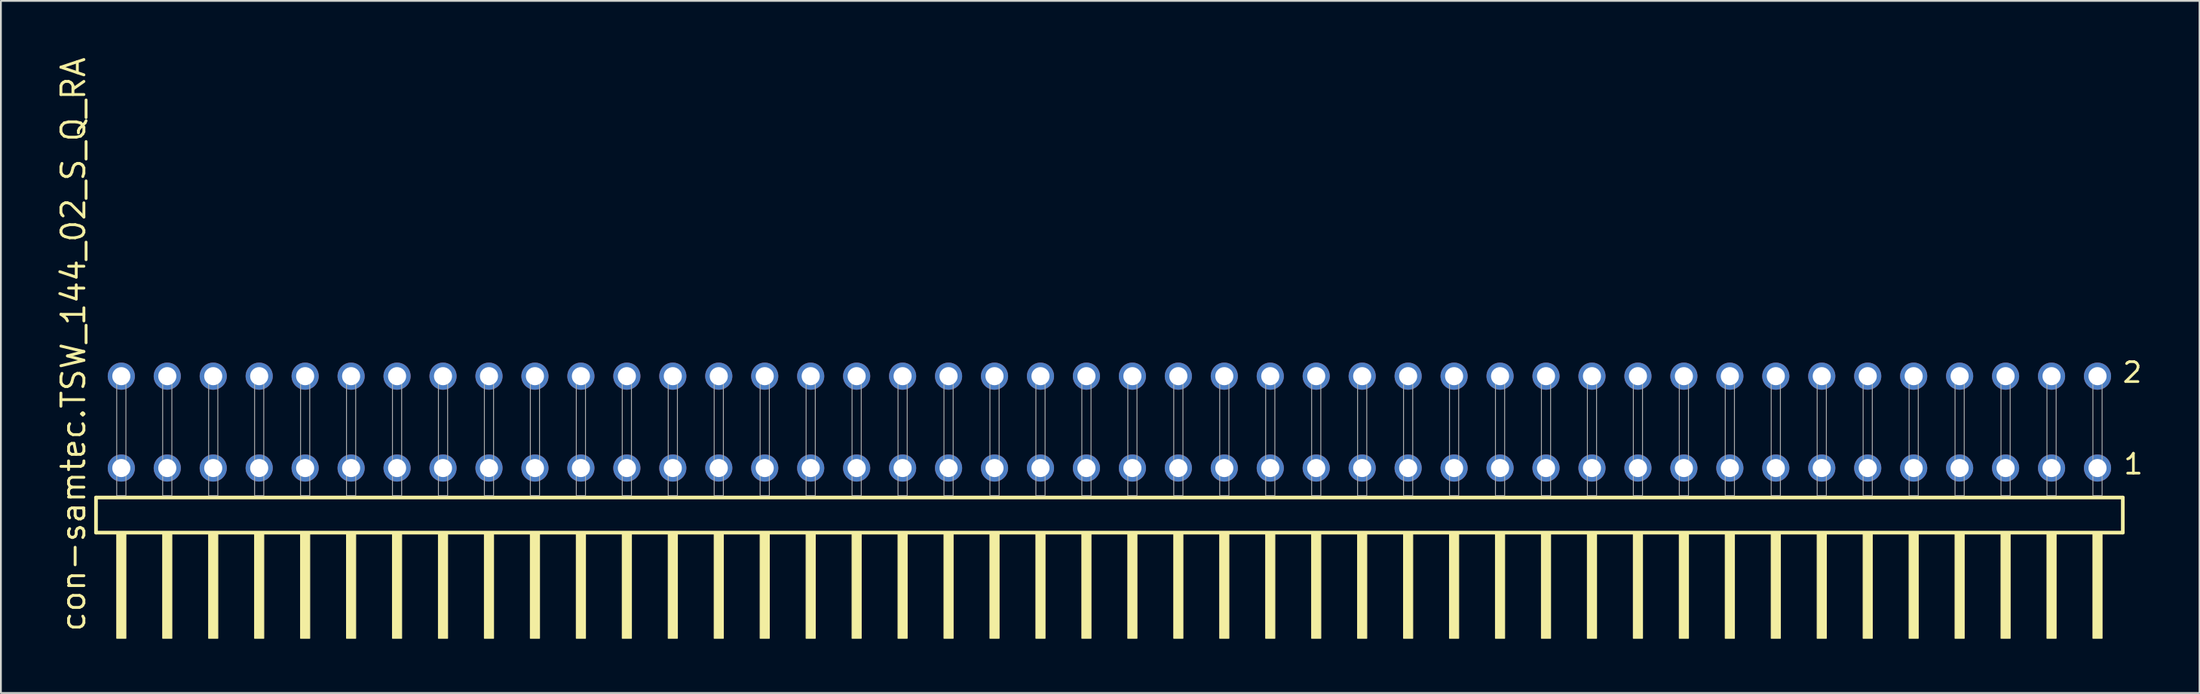
<source format=kicad_pcb>
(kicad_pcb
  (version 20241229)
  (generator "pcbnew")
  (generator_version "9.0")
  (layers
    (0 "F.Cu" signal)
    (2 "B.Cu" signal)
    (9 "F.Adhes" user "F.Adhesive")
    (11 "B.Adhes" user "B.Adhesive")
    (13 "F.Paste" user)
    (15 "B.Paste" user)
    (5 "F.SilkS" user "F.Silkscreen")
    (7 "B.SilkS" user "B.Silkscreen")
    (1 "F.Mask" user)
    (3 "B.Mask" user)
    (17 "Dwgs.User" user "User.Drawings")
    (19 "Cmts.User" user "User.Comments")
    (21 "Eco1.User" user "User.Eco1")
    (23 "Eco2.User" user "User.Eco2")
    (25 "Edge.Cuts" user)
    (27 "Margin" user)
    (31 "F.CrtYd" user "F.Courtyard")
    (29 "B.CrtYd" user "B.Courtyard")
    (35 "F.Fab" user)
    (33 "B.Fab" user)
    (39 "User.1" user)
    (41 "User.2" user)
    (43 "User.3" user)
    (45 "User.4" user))
  (footprint "con-samtec.TSW_144_02_S_Q_RA"
    (layer "F.Cu")
    (at 58.265 24.356)
    (property "Reference" "con-samtec.TSW_144_02_S_Q_RA" (at -56.515 7.62 90) (layer "F.SilkS") (effects (font (size 1.27 1.27) (thickness 0.16)) (justify left bottom)))
    (attr through_hole)
    (fp_line (start -56.009 0.106) (end -56.009 2.046) (stroke (width 0.203) (type default)) (layer "F.SilkS"))
    (fp_line (start -56.009 2.046) (end 56.009 2.046) (stroke (width 0.203) (type default)) (layer "F.SilkS"))
    (fp_line (start 56.009 0.106) (end -56.009 0.106) (stroke (width 0.203) (type default)) (layer "F.SilkS"))
    (fp_line (start 56.009 2.046) (end 56.009 0.106) (stroke (width 0.203) (type default)) (layer "F.SilkS"))
    (fp_rect (start -54.864 7.89) (end -54.356 2.04) (stroke (width 0.05) (type default)) (fill yes) (layer "F.SilkS"))
    (fp_rect (start -52.324 7.89) (end -51.816 2.04) (stroke (width 0.05) (type default)) (fill yes) (layer "F.SilkS"))
    (fp_rect (start -49.784 7.89) (end -49.276 2.04) (stroke (width 0.05) (type default)) (fill yes) (layer "F.SilkS"))
    (fp_rect (start -47.244 7.89) (end -46.736 2.04) (stroke (width 0.05) (type default)) (fill yes) (layer "F.SilkS"))
    (fp_rect (start -44.704 7.89) (end -44.196 2.04) (stroke (width 0.05) (type default)) (fill yes) (layer "F.SilkS"))
    (fp_rect (start -42.164 7.89) (end -41.656 2.04) (stroke (width 0.05) (type default)) (fill yes) (layer "F.SilkS"))
    (fp_rect (start -39.624 7.89) (end -39.116 2.04) (stroke (width 0.05) (type default)) (fill yes) (layer "F.SilkS"))
    (fp_rect (start -37.084 7.89) (end -36.576 2.04) (stroke (width 0.05) (type default)) (fill yes) (layer "F.SilkS"))
    (fp_rect (start -34.544 7.89) (end -34.036 2.04) (stroke (width 0.05) (type default)) (fill yes) (layer "F.SilkS"))
    (fp_rect (start -32.004 7.89) (end -31.496 2.04) (stroke (width 0.05) (type default)) (fill yes) (layer "F.SilkS"))
    (fp_rect (start -29.464 7.89) (end -28.956 2.04) (stroke (width 0.05) (type default)) (fill yes) (layer "F.SilkS"))
    (fp_rect (start -26.924 7.89) (end -26.416 2.04) (stroke (width 0.05) (type default)) (fill yes) (layer "F.SilkS"))
    (fp_rect (start -24.384 7.89) (end -23.876 2.04) (stroke (width 0.05) (type default)) (fill yes) (layer "F.SilkS"))
    (fp_rect (start -21.844 7.89) (end -21.336 2.04) (stroke (width 0.05) (type default)) (fill yes) (layer "F.SilkS"))
    (fp_rect (start -19.304 7.89) (end -18.796 2.04) (stroke (width 0.05) (type default)) (fill yes) (layer "F.SilkS"))
    (fp_rect (start -16.764 7.89) (end -16.256 2.04) (stroke (width 0.05) (type default)) (fill yes) (layer "F.SilkS"))
    (fp_rect (start -14.224 7.89) (end -13.716 2.04) (stroke (width 0.05) (type default)) (fill yes) (layer "F.SilkS"))
    (fp_rect (start -11.684 7.89) (end -11.176 2.04) (stroke (width 0.05) (type default)) (fill yes) (layer "F.SilkS"))
    (fp_rect (start -9.144 7.89) (end -8.636 2.04) (stroke (width 0.05) (type default)) (fill yes) (layer "F.SilkS"))
    (fp_rect (start -6.604 7.89) (end -6.096 2.04) (stroke (width 0.05) (type default)) (fill yes) (layer "F.SilkS"))
    (fp_rect (start -4.064 7.89) (end -3.556 2.04) (stroke (width 0.05) (type default)) (fill yes) (layer "F.SilkS"))
    (fp_rect (start -1.524 7.89) (end -1.016 2.04) (stroke (width 0.05) (type default)) (fill yes) (layer "F.SilkS"))
    (fp_rect (start 1.016 7.89) (end 1.524 2.04) (stroke (width 0.05) (type default)) (fill yes) (layer "F.SilkS"))
    (fp_rect (start 3.556 7.89) (end 4.064 2.04) (stroke (width 0.05) (type default)) (fill yes) (layer "F.SilkS"))
    (fp_rect (start 6.096 7.89) (end 6.604 2.04) (stroke (width 0.05) (type default)) (fill yes) (layer "F.SilkS"))
    (fp_rect (start 8.636 7.89) (end 9.144 2.04) (stroke (width 0.05) (type default)) (fill yes) (layer "F.SilkS"))
    (fp_rect (start 11.176 7.89) (end 11.684 2.04) (stroke (width 0.05) (type default)) (fill yes) (layer "F.SilkS"))
    (fp_rect (start 13.716 7.89) (end 14.224 2.04) (stroke (width 0.05) (type default)) (fill yes) (layer "F.SilkS"))
    (fp_rect (start 16.256 7.89) (end 16.764 2.04) (stroke (width 0.05) (type default)) (fill yes) (layer "F.SilkS"))
    (fp_rect (start 18.796 7.89) (end 19.304 2.04) (stroke (width 0.05) (type default)) (fill yes) (layer "F.SilkS"))
    (fp_rect (start 21.336 7.89) (end 21.844 2.04) (stroke (width 0.05) (type default)) (fill yes) (layer "F.SilkS"))
    (fp_rect (start 23.876 7.89) (end 24.384 2.04) (stroke (width 0.05) (type default)) (fill yes) (layer "F.SilkS"))
    (fp_rect (start 26.416 7.89) (end 26.924 2.04) (stroke (width 0.05) (type default)) (fill yes) (layer "F.SilkS"))
    (fp_rect (start 28.956 7.89) (end 29.464 2.04) (stroke (width 0.05) (type default)) (fill yes) (layer "F.SilkS"))
    (fp_rect (start 31.496 7.89) (end 32.004 2.04) (stroke (width 0.05) (type default)) (fill yes) (layer "F.SilkS"))
    (fp_rect (start 34.036 7.89) (end 34.544 2.04) (stroke (width 0.05) (type default)) (fill yes) (layer "F.SilkS"))
    (fp_rect (start 36.576 7.89) (end 37.084 2.04) (stroke (width 0.05) (type default)) (fill yes) (layer "F.SilkS"))
    (fp_rect (start 39.116 7.89) (end 39.624 2.04) (stroke (width 0.05) (type default)) (fill yes) (layer "F.SilkS"))
    (fp_rect (start 41.656 7.89) (end 42.164 2.04) (stroke (width 0.05) (type default)) (fill yes) (layer "F.SilkS"))
    (fp_rect (start 44.196 7.89) (end 44.704 2.04) (stroke (width 0.05) (type default)) (fill yes) (layer "F.SilkS"))
    (fp_rect (start 46.736 7.89) (end 47.244 2.04) (stroke (width 0.05) (type default)) (fill yes) (layer "F.SilkS"))
    (fp_rect (start 49.276 7.89) (end 49.784 2.04) (stroke (width 0.05) (type default)) (fill yes) (layer "F.SilkS"))
    (fp_rect (start 51.816 7.89) (end 52.324 2.04) (stroke (width 0.05) (type default)) (fill yes) (layer "F.SilkS"))
    (fp_rect (start 54.356 7.89) (end 54.864 2.04) (stroke (width 0.05) (type default)) (fill yes) (layer "F.SilkS"))
    (fp_rect (start -54.864 0) (end -54.356 -6.858) (stroke (width 0.05) (type default)) (fill no) (layer "F.Fab"))
    (fp_rect (start -52.324 0) (end -51.816 -6.858) (stroke (width 0.05) (type default)) (fill no) (layer "F.Fab"))
    (fp_rect (start -49.784 0) (end -49.276 -6.858) (stroke (width 0.05) (type default)) (fill no) (layer "F.Fab"))
    (fp_rect (start -47.244 0) (end -46.736 -6.858) (stroke (width 0.05) (type default)) (fill no) (layer "F.Fab"))
    (fp_rect (start -44.704 0) (end -44.196 -6.858) (stroke (width 0.05) (type default)) (fill no) (layer "F.Fab"))
    (fp_rect (start -42.164 0) (end -41.656 -6.858) (stroke (width 0.05) (type default)) (fill no) (layer "F.Fab"))
    (fp_rect (start -39.624 0) (end -39.116 -6.858) (stroke (width 0.05) (type default)) (fill no) (layer "F.Fab"))
    (fp_rect (start -37.084 0) (end -36.576 -6.858) (stroke (width 0.05) (type default)) (fill no) (layer "F.Fab"))
    (fp_rect (start -34.544 0) (end -34.036 -6.858) (stroke (width 0.05) (type default)) (fill no) (layer "F.Fab"))
    (fp_rect (start -32.004 0) (end -31.496 -6.858) (stroke (width 0.05) (type default)) (fill no) (layer "F.Fab"))
    (fp_rect (start -29.464 0) (end -28.956 -6.858) (stroke (width 0.05) (type default)) (fill no) (layer "F.Fab"))
    (fp_rect (start -26.924 0) (end -26.416 -6.858) (stroke (width 0.05) (type default)) (fill no) (layer "F.Fab"))
    (fp_rect (start -24.384 0) (end -23.876 -6.858) (stroke (width 0.05) (type default)) (fill no) (layer "F.Fab"))
    (fp_rect (start -21.844 0) (end -21.336 -6.858) (stroke (width 0.05) (type default)) (fill no) (layer "F.Fab"))
    (fp_rect (start -19.304 0) (end -18.796 -6.858) (stroke (width 0.05) (type default)) (fill no) (layer "F.Fab"))
    (fp_rect (start -16.764 0) (end -16.256 -6.858) (stroke (width 0.05) (type default)) (fill no) (layer "F.Fab"))
    (fp_rect (start -14.224 0) (end -13.716 -6.858) (stroke (width 0.05) (type default)) (fill no) (layer "F.Fab"))
    (fp_rect (start -11.684 0) (end -11.176 -6.858) (stroke (width 0.05) (type default)) (fill no) (layer "F.Fab"))
    (fp_rect (start -9.144 0) (end -8.636 -6.858) (stroke (width 0.05) (type default)) (fill no) (layer "F.Fab"))
    (fp_rect (start -6.604 0) (end -6.096 -6.858) (stroke (width 0.05) (type default)) (fill no) (layer "F.Fab"))
    (fp_rect (start -4.064 0) (end -3.556 -6.858) (stroke (width 0.05) (type default)) (fill no) (layer "F.Fab"))
    (fp_rect (start -1.524 0) (end -1.016 -6.858) (stroke (width 0.05) (type default)) (fill no) (layer "F.Fab"))
    (fp_rect (start 1.016 0) (end 1.524 -6.858) (stroke (width 0.05) (type default)) (fill no) (layer "F.Fab"))
    (fp_rect (start 3.556 0) (end 4.064 -6.858) (stroke (width 0.05) (type default)) (fill no) (layer "F.Fab"))
    (fp_rect (start 6.096 0) (end 6.604 -6.858) (stroke (width 0.05) (type default)) (fill no) (layer "F.Fab"))
    (fp_rect (start 8.636 0) (end 9.144 -6.858) (stroke (width 0.05) (type default)) (fill no) (layer "F.Fab"))
    (fp_rect (start 11.176 0) (end 11.684 -6.858) (stroke (width 0.05) (type default)) (fill no) (layer "F.Fab"))
    (fp_rect (start 13.716 0) (end 14.224 -6.858) (stroke (width 0.05) (type default)) (fill no) (layer "F.Fab"))
    (fp_rect (start 16.256 0) (end 16.764 -6.858) (stroke (width 0.05) (type default)) (fill no) (layer "F.Fab"))
    (fp_rect (start 18.796 0) (end 19.304 -6.858) (stroke (width 0.05) (type default)) (fill no) (layer "F.Fab"))
    (fp_rect (start 21.336 0) (end 21.844 -6.858) (stroke (width 0.05) (type default)) (fill no) (layer "F.Fab"))
    (fp_rect (start 23.876 0) (end 24.384 -6.858) (stroke (width 0.05) (type default)) (fill no) (layer "F.Fab"))
    (fp_rect (start 26.416 0) (end 26.924 -6.858) (stroke (width 0.05) (type default)) (fill no) (layer "F.Fab"))
    (fp_rect (start 28.956 0) (end 29.464 -6.858) (stroke (width 0.05) (type default)) (fill no) (layer "F.Fab"))
    (fp_rect (start 31.496 0) (end 32.004 -6.858) (stroke (width 0.05) (type default)) (fill no) (layer "F.Fab"))
    (fp_rect (start 34.036 0) (end 34.544 -6.858) (stroke (width 0.05) (type default)) (fill no) (layer "F.Fab"))
    (fp_rect (start 36.576 0) (end 37.084 -6.858) (stroke (width 0.05) (type default)) (fill no) (layer "F.Fab"))
    (fp_rect (start 39.116 0) (end 39.624 -6.858) (stroke (width 0.05) (type default)) (fill no) (layer "F.Fab"))
    (fp_rect (start 41.656 0) (end 42.164 -6.858) (stroke (width 0.05) (type default)) (fill no) (layer "F.Fab"))
    (fp_rect (start 44.196 0) (end 44.704 -6.858) (stroke (width 0.05) (type default)) (fill no) (layer "F.Fab"))
    (fp_rect (start 46.736 0) (end 47.244 -6.858) (stroke (width 0.05) (type default)) (fill no) (layer "F.Fab"))
    (fp_rect (start 49.276 0) (end 49.784 -6.858) (stroke (width 0.05) (type default)) (fill no) (layer "F.Fab"))
    (fp_rect (start 51.816 0) (end 52.324 -6.858) (stroke (width 0.05) (type default)) (fill no) (layer "F.Fab"))
    (fp_rect (start 54.356 0) (end 54.864 -6.858) (stroke (width 0.05) (type default)) (fill no) (layer "F.Fab"))
    (fp_text user "1" (at 55.97 -1.1 0) (layer "F.SilkS") (effects (font (size 1.1 1.1) (thickness 0.15)) (justify left bottom)))
    (fp_text user "2" (at 55.91 -6.165 0) (layer "F.SilkS") (effects (font (size 1.1 1.1) (thickness 0.15)) (justify left bottom)))
    (pad "1" thru_hole circle (at 54.61 -1.524 180) (size 1.5 1.5) (drill 1) (layers "*.Cu" "*.Mask"))
    (pad "2" thru_hole circle (at 54.61 -6.604 180) (size 1.5 1.5) (drill 1) (layers "*.Cu" "*.Mask"))
    (pad "3" thru_hole circle (at 52.07 -1.524 180) (size 1.5 1.5) (drill 1) (layers "*.Cu" "*.Mask"))
    (pad "4" thru_hole circle (at 52.07 -6.604 180) (size 1.5 1.5) (drill 1) (layers "*.Cu" "*.Mask"))
    (pad "5" thru_hole circle (at 49.53 -1.524 180) (size 1.5 1.5) (drill 1) (layers "*.Cu" "*.Mask"))
    (pad "6" thru_hole circle (at 49.53 -6.604 180) (size 1.5 1.5) (drill 1) (layers "*.Cu" "*.Mask"))
    (pad "7" thru_hole circle (at 46.99 -1.524 180) (size 1.5 1.5) (drill 1) (layers "*.Cu" "*.Mask"))
    (pad "8" thru_hole circle (at 46.99 -6.604 180) (size 1.5 1.5) (drill 1) (layers "*.Cu" "*.Mask"))
    (pad "9" thru_hole circle (at 44.45 -1.524 180) (size 1.5 1.5) (drill 1) (layers "*.Cu" "*.Mask"))
    (pad "10" thru_hole circle (at 44.45 -6.604 180) (size 1.5 1.5) (drill 1) (layers "*.Cu" "*.Mask"))
    (pad "11" thru_hole circle (at 41.91 -1.524 180) (size 1.5 1.5) (drill 1) (layers "*.Cu" "*.Mask"))
    (pad "12" thru_hole circle (at 41.91 -6.604 180) (size 1.5 1.5) (drill 1) (layers "*.Cu" "*.Mask"))
    (pad "13" thru_hole circle (at 39.37 -1.524 180) (size 1.5 1.5) (drill 1) (layers "*.Cu" "*.Mask"))
    (pad "14" thru_hole circle (at 39.37 -6.604 180) (size 1.5 1.5) (drill 1) (layers "*.Cu" "*.Mask"))
    (pad "15" thru_hole circle (at 36.83 -1.524 180) (size 1.5 1.5) (drill 1) (layers "*.Cu" "*.Mask"))
    (pad "16" thru_hole circle (at 36.83 -6.604 180) (size 1.5 1.5) (drill 1) (layers "*.Cu" "*.Mask"))
    (pad "17" thru_hole circle (at 34.29 -1.524 180) (size 1.5 1.5) (drill 1) (layers "*.Cu" "*.Mask"))
    (pad "18" thru_hole circle (at 34.29 -6.604 180) (size 1.5 1.5) (drill 1) (layers "*.Cu" "*.Mask"))
    (pad "19" thru_hole circle (at 31.75 -1.524 180) (size 1.5 1.5) (drill 1) (layers "*.Cu" "*.Mask"))
    (pad "20" thru_hole circle (at 31.75 -6.604 180) (size 1.5 1.5) (drill 1) (layers "*.Cu" "*.Mask"))
    (pad "21" thru_hole circle (at 29.21 -1.524 180) (size 1.5 1.5) (drill 1) (layers "*.Cu" "*.Mask"))
    (pad "22" thru_hole circle (at 29.21 -6.604 180) (size 1.5 1.5) (drill 1) (layers "*.Cu" "*.Mask"))
    (pad "23" thru_hole circle (at 26.67 -1.524 180) (size 1.5 1.5) (drill 1) (layers "*.Cu" "*.Mask"))
    (pad "24" thru_hole circle (at 26.67 -6.604 180) (size 1.5 1.5) (drill 1) (layers "*.Cu" "*.Mask"))
    (pad "25" thru_hole circle (at 24.13 -1.524 180) (size 1.5 1.5) (drill 1) (layers "*.Cu" "*.Mask"))
    (pad "26" thru_hole circle (at 24.13 -6.604 180) (size 1.5 1.5) (drill 1) (layers "*.Cu" "*.Mask"))
    (pad "27" thru_hole circle (at 21.59 -1.524 180) (size 1.5 1.5) (drill 1) (layers "*.Cu" "*.Mask"))
    (pad "28" thru_hole circle (at 21.59 -6.604 180) (size 1.5 1.5) (drill 1) (layers "*.Cu" "*.Mask"))
    (pad "29" thru_hole circle (at 19.05 -1.524 180) (size 1.5 1.5) (drill 1) (layers "*.Cu" "*.Mask"))
    (pad "30" thru_hole circle (at 19.05 -6.604 180) (size 1.5 1.5) (drill 1) (layers "*.Cu" "*.Mask"))
    (pad "31" thru_hole circle (at 16.51 -1.524 180) (size 1.5 1.5) (drill 1) (layers "*.Cu" "*.Mask"))
    (pad "32" thru_hole circle (at 16.51 -6.604 180) (size 1.5 1.5) (drill 1) (layers "*.Cu" "*.Mask"))
    (pad "33" thru_hole circle (at 13.97 -1.524 180) (size 1.5 1.5) (drill 1) (layers "*.Cu" "*.Mask"))
    (pad "34" thru_hole circle (at 13.97 -6.604 180) (size 1.5 1.5) (drill 1) (layers "*.Cu" "*.Mask"))
    (pad "35" thru_hole circle (at 11.43 -1.524 180) (size 1.5 1.5) (drill 1) (layers "*.Cu" "*.Mask"))
    (pad "36" thru_hole circle (at 11.43 -6.604 180) (size 1.5 1.5) (drill 1) (layers "*.Cu" "*.Mask"))
    (pad "37" thru_hole circle (at 8.89 -1.524 180) (size 1.5 1.5) (drill 1) (layers "*.Cu" "*.Mask"))
    (pad "38" thru_hole circle (at 8.89 -6.604 180) (size 1.5 1.5) (drill 1) (layers "*.Cu" "*.Mask"))
    (pad "39" thru_hole circle (at 6.35 -1.524 180) (size 1.5 1.5) (drill 1) (layers "*.Cu" "*.Mask"))
    (pad "40" thru_hole circle (at 6.35 -6.604 180) (size 1.5 1.5) (drill 1) (layers "*.Cu" "*.Mask"))
    (pad "41" thru_hole circle (at 3.81 -1.524 180) (size 1.5 1.5) (drill 1) (layers "*.Cu" "*.Mask"))
    (pad "42" thru_hole circle (at 3.81 -6.604 180) (size 1.5 1.5) (drill 1) (layers "*.Cu" "*.Mask"))
    (pad "43" thru_hole circle (at 1.27 -1.524 180) (size 1.5 1.5) (drill 1) (layers "*.Cu" "*.Mask"))
    (pad "44" thru_hole circle (at 1.27 -6.604 180) (size 1.5 1.5) (drill 1) (layers "*.Cu" "*.Mask"))
    (pad "45" thru_hole circle (at -1.27 -1.524 180) (size 1.5 1.5) (drill 1) (layers "*.Cu" "*.Mask"))
    (pad "46" thru_hole circle (at -1.27 -6.604 180) (size 1.5 1.5) (drill 1) (layers "*.Cu" "*.Mask"))
    (pad "47" thru_hole circle (at -3.81 -1.524 180) (size 1.5 1.5) (drill 1) (layers "*.Cu" "*.Mask"))
    (pad "48" thru_hole circle (at -3.81 -6.604 180) (size 1.5 1.5) (drill 1) (layers "*.Cu" "*.Mask"))
    (pad "49" thru_hole circle (at -6.35 -1.524 180) (size 1.5 1.5) (drill 1) (layers "*.Cu" "*.Mask"))
    (pad "50" thru_hole circle (at -6.35 -6.604 180) (size 1.5 1.5) (drill 1) (layers "*.Cu" "*.Mask"))
    (pad "51" thru_hole circle (at -8.89 -1.524 180) (size 1.5 1.5) (drill 1) (layers "*.Cu" "*.Mask"))
    (pad "52" thru_hole circle (at -8.89 -6.604 180) (size 1.5 1.5) (drill 1) (layers "*.Cu" "*.Mask"))
    (pad "53" thru_hole circle (at -11.43 -1.524 180) (size 1.5 1.5) (drill 1) (layers "*.Cu" "*.Mask"))
    (pad "54" thru_hole circle (at -11.43 -6.604 180) (size 1.5 1.5) (drill 1) (layers "*.Cu" "*.Mask"))
    (pad "55" thru_hole circle (at -13.97 -1.524 180) (size 1.5 1.5) (drill 1) (layers "*.Cu" "*.Mask"))
    (pad "56" thru_hole circle (at -13.97 -6.604 180) (size 1.5 1.5) (drill 1) (layers "*.Cu" "*.Mask"))
    (pad "57" thru_hole circle (at -16.51 -1.524 180) (size 1.5 1.5) (drill 1) (layers "*.Cu" "*.Mask"))
    (pad "58" thru_hole circle (at -16.51 -6.604 180) (size 1.5 1.5) (drill 1) (layers "*.Cu" "*.Mask"))
    (pad "59" thru_hole circle (at -19.05 -1.524 180) (size 1.5 1.5) (drill 1) (layers "*.Cu" "*.Mask"))
    (pad "60" thru_hole circle (at -19.05 -6.604 180) (size 1.5 1.5) (drill 1) (layers "*.Cu" "*.Mask"))
    (pad "61" thru_hole circle (at -21.59 -1.524 180) (size 1.5 1.5) (drill 1) (layers "*.Cu" "*.Mask"))
    (pad "62" thru_hole circle (at -21.59 -6.604 180) (size 1.5 1.5) (drill 1) (layers "*.Cu" "*.Mask"))
    (pad "63" thru_hole circle (at -24.13 -1.524 180) (size 1.5 1.5) (drill 1) (layers "*.Cu" "*.Mask"))
    (pad "64" thru_hole circle (at -24.13 -6.604 180) (size 1.5 1.5) (drill 1) (layers "*.Cu" "*.Mask"))
    (pad "65" thru_hole circle (at -26.67 -1.524 180) (size 1.5 1.5) (drill 1) (layers "*.Cu" "*.Mask"))
    (pad "66" thru_hole circle (at -26.67 -6.604 180) (size 1.5 1.5) (drill 1) (layers "*.Cu" "*.Mask"))
    (pad "67" thru_hole circle (at -29.21 -1.524 180) (size 1.5 1.5) (drill 1) (layers "*.Cu" "*.Mask"))
    (pad "68" thru_hole circle (at -29.21 -6.604 180) (size 1.5 1.5) (drill 1) (layers "*.Cu" "*.Mask"))
    (pad "69" thru_hole circle (at -31.75 -1.524 180) (size 1.5 1.5) (drill 1) (layers "*.Cu" "*.Mask"))
    (pad "70" thru_hole circle (at -31.75 -6.604 180) (size 1.5 1.5) (drill 1) (layers "*.Cu" "*.Mask"))
    (pad "71" thru_hole circle (at -34.29 -1.524 180) (size 1.5 1.5) (drill 1) (layers "*.Cu" "*.Mask"))
    (pad "72" thru_hole circle (at -34.29 -6.604 180) (size 1.5 1.5) (drill 1) (layers "*.Cu" "*.Mask"))
    (pad "73" thru_hole circle (at -36.83 -1.524 180) (size 1.5 1.5) (drill 1) (layers "*.Cu" "*.Mask"))
    (pad "74" thru_hole circle (at -36.83 -6.604 180) (size 1.5 1.5) (drill 1) (layers "*.Cu" "*.Mask"))
    (pad "75" thru_hole circle (at -39.37 -1.524 180) (size 1.5 1.5) (drill 1) (layers "*.Cu" "*.Mask"))
    (pad "76" thru_hole circle (at -39.37 -6.604 180) (size 1.5 1.5) (drill 1) (layers "*.Cu" "*.Mask"))
    (pad "77" thru_hole circle (at -41.91 -1.524 180) (size 1.5 1.5) (drill 1) (layers "*.Cu" "*.Mask"))
    (pad "78" thru_hole circle (at -41.91 -6.604 180) (size 1.5 1.5) (drill 1) (layers "*.Cu" "*.Mask"))
    (pad "79" thru_hole circle (at -44.45 -1.524 180) (size 1.5 1.5) (drill 1) (layers "*.Cu" "*.Mask"))
    (pad "80" thru_hole circle (at -44.45 -6.604 180) (size 1.5 1.5) (drill 1) (layers "*.Cu" "*.Mask"))
    (pad "81" thru_hole circle (at -46.99 -1.524 180) (size 1.5 1.5) (drill 1) (layers "*.Cu" "*.Mask"))
    (pad "82" thru_hole circle (at -46.99 -6.604 180) (size 1.5 1.5) (drill 1) (layers "*.Cu" "*.Mask"))
    (pad "83" thru_hole circle (at -49.53 -1.524 180) (size 1.5 1.5) (drill 1) (layers "*.Cu" "*.Mask"))
    (pad "84" thru_hole circle (at -49.53 -6.604 180) (size 1.5 1.5) (drill 1) (layers "*.Cu" "*.Mask"))
    (pad "85" thru_hole circle (at -52.07 -1.524 180) (size 1.5 1.5) (drill 1) (layers "*.Cu" "*.Mask"))
    (pad "86" thru_hole circle (at -52.07 -6.604 180) (size 1.5 1.5) (drill 1) (layers "*.Cu" "*.Mask"))
    (pad "87" thru_hole circle (at -54.61 -1.524 180) (size 1.5 1.5) (drill 1) (layers "*.Cu" "*.Mask"))
    (pad "88" thru_hole circle (at -54.61 -6.604 180) (size 1.5 1.5) (drill 1) (layers "*.Cu" "*.Mask")))
  (gr_rect
    (start -3 -3)
    (end 118.513 35.271)
    (stroke (width 0.1) (type default))
    (fill no)
    (layer "Edge.Cuts")))
</source>
